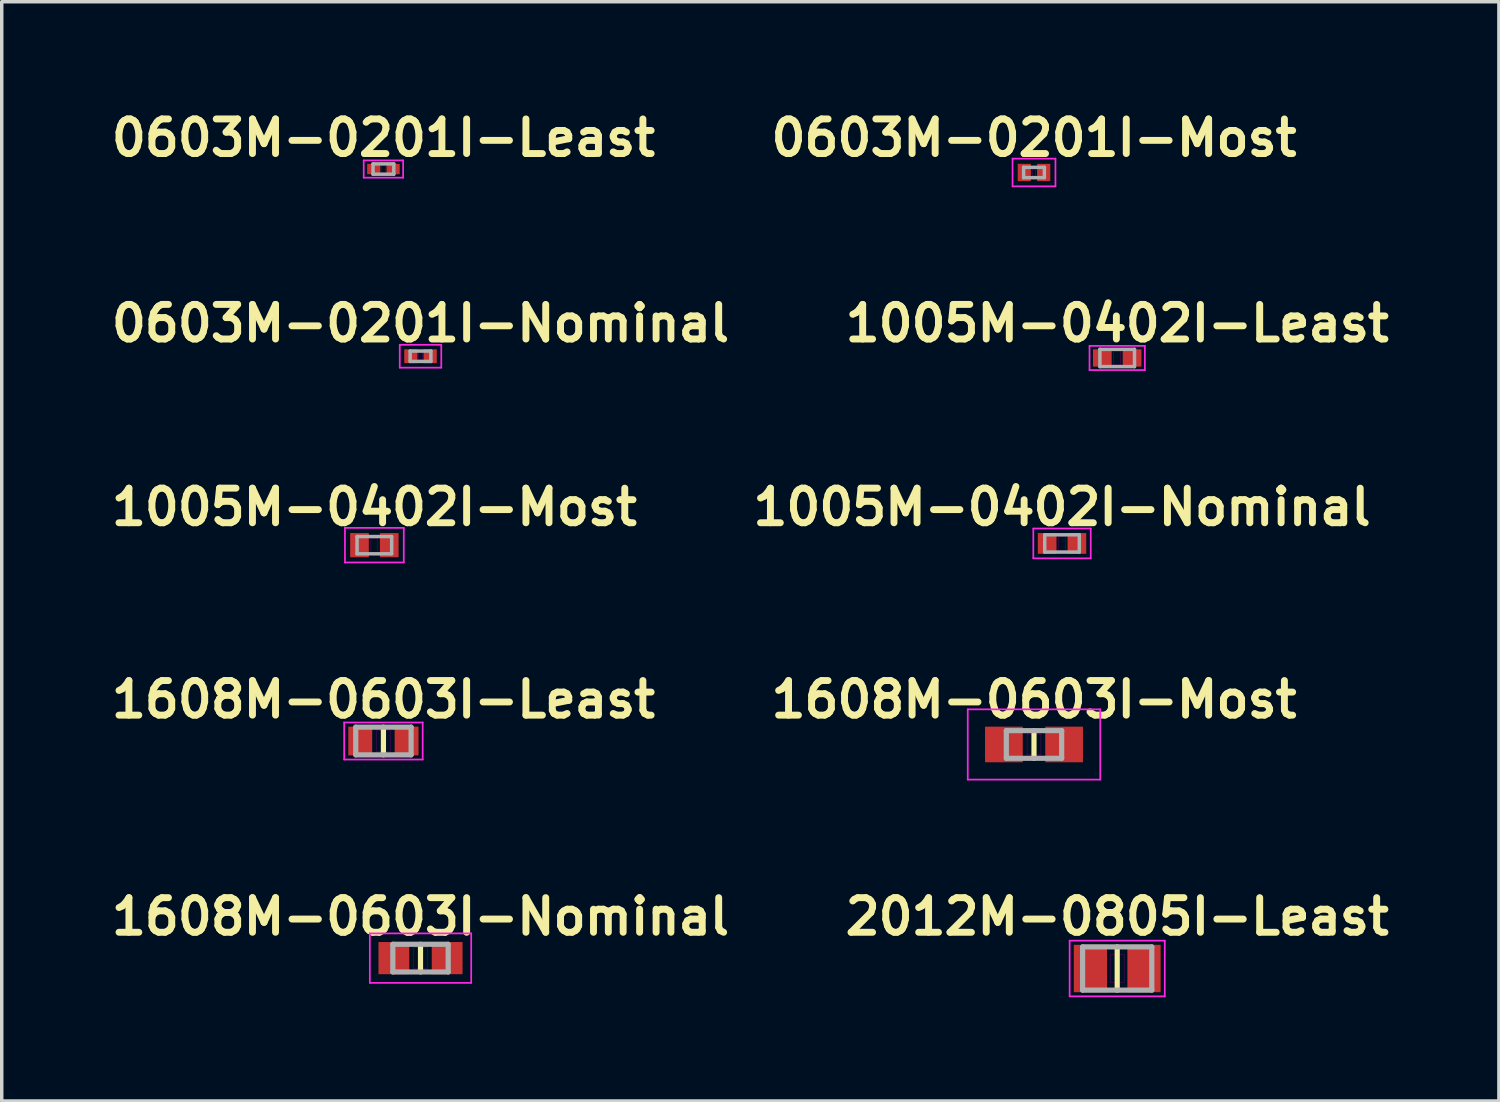
<source format=kicad_pcb>
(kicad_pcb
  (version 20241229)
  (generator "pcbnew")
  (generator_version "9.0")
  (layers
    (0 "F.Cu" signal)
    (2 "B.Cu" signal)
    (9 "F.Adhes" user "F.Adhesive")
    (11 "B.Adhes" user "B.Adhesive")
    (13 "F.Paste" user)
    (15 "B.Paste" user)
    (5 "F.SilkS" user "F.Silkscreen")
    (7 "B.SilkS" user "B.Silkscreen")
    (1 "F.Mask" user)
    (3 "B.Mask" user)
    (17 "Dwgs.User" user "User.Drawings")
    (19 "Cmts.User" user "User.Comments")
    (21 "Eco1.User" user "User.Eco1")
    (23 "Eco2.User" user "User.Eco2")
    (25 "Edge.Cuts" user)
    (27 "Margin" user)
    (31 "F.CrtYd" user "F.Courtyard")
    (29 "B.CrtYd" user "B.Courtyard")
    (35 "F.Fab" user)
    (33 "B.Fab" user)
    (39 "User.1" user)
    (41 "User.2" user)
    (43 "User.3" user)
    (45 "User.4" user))
  (footprint "1608M-0603I-Most"
    (layer "F.Cu")
    (at 26.838 18.469)
    (property "Reference" "1608M-0603I-Most" (at 0 -1.3 0) (layer "F.SilkS") (effects (font (size 1 1) (thickness 0.2))))
    (attr smd)
    (fp_line (start 0 -0.4) (end 0 0.4) (stroke (width 0.15) (type solid)) (layer "F.SilkS"))
    (fp_line (start -0.2 -0.3) (end -0.2 0.3) (stroke (width 0.01) (type solid)) (layer "F.Adhes"))
    (fp_line (start -0.2 0.3) (end 0.2 0.3) (stroke (width 0.01) (type solid)) (layer "F.Adhes"))
    (fp_line (start 0.2 -0.3) (end -0.2 -0.3) (stroke (width 0.01) (type solid)) (layer "F.Adhes"))
    (fp_line (start 0.2 0.3) (end 0.2 -0.3) (stroke (width 0.01) (type solid)) (layer "F.Adhes"))
    (fp_line (start -1.915 -1.015) (end 1.915 -1.015) (stroke (width 0.05) (type solid)) (layer "F.CrtYd"))
    (fp_line (start -1.915 1.015) (end -1.915 -1.015) (stroke (width 0.05) (type solid)) (layer "F.CrtYd"))
    (fp_line (start 1.915 -1.015) (end 1.915 1.015) (stroke (width 0.05) (type solid)) (layer "F.CrtYd"))
    (fp_line (start 1.915 1.015) (end -1.915 1.015) (stroke (width 0.05) (type solid)) (layer "F.CrtYd"))
    (fp_line (start -0.8 -0.4) (end -0.8 0.4) (stroke (width 0.15) (type solid)) (layer "F.Fab"))
    (fp_line (start -0.8 0.4) (end 0.8 0.4) (stroke (width 0.15) (type solid)) (layer "F.Fab"))
    (fp_line (start 0.8 -0.4) (end -0.8 -0.4) (stroke (width 0.15) (type solid)) (layer "F.Fab"))
    (fp_line (start 0.8 0.4) (end 0.8 -0.4) (stroke (width 0.15) (type solid)) (layer "F.Fab"))
    (pad "1" smd rect (at -0.87 0) (size 1.09 1.03) (layers "F.Cu" "F.Mask" "F.Paste"))
    (pad "2" smd rect (at 0.87 0) (size 1.09 1.03) (layers "F.Cu" "F.Mask" "F.Paste")))
  (footprint "0603M-0201I-Nominal"
    (layer "F.Cu")
    (at 9.105 7.247)
    (property "Reference" "0603M-0201I-Nominal" (at 0 -0.95 0) (layer "F.SilkS") (effects (font (size 1 1) (thickness 0.2))))
    (attr smd)
    (fp_line (start -0.05 -0.1) (end -0.05 0.1) (stroke (width 0.01) (type solid)) (layer "F.Adhes"))
    (fp_line (start -0.05 0.1) (end 0.05 0.1) (stroke (width 0.01) (type solid)) (layer "F.Adhes"))
    (fp_line (start 0.05 -0.1) (end -0.05 -0.1) (stroke (width 0.01) (type solid)) (layer "F.Adhes"))
    (fp_line (start 0.05 0.1) (end 0.05 -0.1) (stroke (width 0.01) (type solid)) (layer "F.Adhes"))
    (fp_line (start -0.6 -0.33) (end 0.6 -0.33) (stroke (width 0.05) (type solid)) (layer "F.CrtYd"))
    (fp_line (start -0.6 0.33) (end -0.6 -0.33) (stroke (width 0.05) (type solid)) (layer "F.CrtYd"))
    (fp_line (start 0.6 -0.33) (end 0.6 0.33) (stroke (width 0.05) (type solid)) (layer "F.CrtYd"))
    (fp_line (start 0.6 0.33) (end -0.6 0.33) (stroke (width 0.05) (type solid)) (layer "F.CrtYd"))
    (fp_line (start -0.3 -0.15) (end -0.3 0.15) (stroke (width 0.1) (type solid)) (layer "F.Fab"))
    (fp_line (start -0.3 0.15) (end 0.3 0.15) (stroke (width 0.1) (type solid)) (layer "F.Fab"))
    (fp_line (start 0.3 -0.15) (end -0.3 -0.15) (stroke (width 0.1) (type solid)) (layer "F.Fab"))
    (fp_line (start 0.3 0.15) (end 0.3 -0.15) (stroke (width 0.1) (type solid)) (layer "F.Fab"))
    (pad "1" smd rect (at -0.28 0) (size 0.38 0.4) (layers "F.Cu" "F.Mask" "F.Paste"))
    (pad "2" smd rect (at 0.28 0) (size 0.38 0.4) (layers "F.Cu" "F.Mask" "F.Paste")))
  (footprint "1608M-0603I-Nominal"
    (layer "F.Cu")
    (at 9.105 24.645)
    (property "Reference" "1608M-0603I-Nominal" (at 0 -1.2 0) (layer "F.SilkS") (effects (font (size 1 1) (thickness 0.2))))
    (attr smd)
    (fp_line (start 0 0.4) (end 0 -0.4) (stroke (width 0.15) (type solid)) (layer "F.SilkS"))
    (fp_line (start -0.2 -0.3) (end -0.2 0.3) (stroke (width 0.01) (type solid)) (layer "F.Adhes"))
    (fp_line (start -0.2 0.3) (end 0.2 0.3) (stroke (width 0.01) (type solid)) (layer "F.Adhes"))
    (fp_line (start 0.2 -0.3) (end -0.2 -0.3) (stroke (width 0.01) (type solid)) (layer "F.Adhes"))
    (fp_line (start 0.2 0.3) (end 0.2 -0.3) (stroke (width 0.01) (type solid)) (layer "F.Adhes"))
    (fp_line (start -1.465 -0.715) (end 1.465 -0.715) (stroke (width 0.05) (type solid)) (layer "F.CrtYd"))
    (fp_line (start -1.465 0.715) (end -1.465 -0.715) (stroke (width 0.05) (type solid)) (layer "F.CrtYd"))
    (fp_line (start 1.465 -0.715) (end 1.465 0.715) (stroke (width 0.05) (type solid)) (layer "F.CrtYd"))
    (fp_line (start 1.465 0.715) (end -1.465 0.715) (stroke (width 0.05) (type solid)) (layer "F.CrtYd"))
    (fp_line (start -0.8 -0.4) (end -0.8 0.4) (stroke (width 0.15) (type solid)) (layer "F.Fab"))
    (fp_line (start -0.8 0.4) (end 0.8 0.4) (stroke (width 0.15) (type solid)) (layer "F.Fab"))
    (fp_line (start 0.8 -0.4) (end -0.8 -0.4) (stroke (width 0.15) (type solid)) (layer "F.Fab"))
    (fp_line (start 0.8 0.4) (end 0.8 -0.4) (stroke (width 0.15) (type solid)) (layer "F.Fab"))
    (pad "1" smd rect (at -0.77 0) (size 0.89 0.93) (layers "F.Cu" "F.Mask" "F.Paste"))
    (pad "2" smd rect (at 0.77 0) (size 0.89 0.93) (layers "F.Cu" "F.Mask" "F.Paste")))
  (footprint "0603M-0201I-Most"
    (layer "F.Cu")
    (at 26.838 1.936)
    (property "Reference" "0603M-0201I-Most" (at 0 -1 0) (layer "F.SilkS") (effects (font (size 1 1) (thickness 0.2))))
    (attr smd)
    (fp_line (start -0.05 -0.1) (end -0.05 0.1) (stroke (width 0.01) (type solid)) (layer "F.Adhes"))
    (fp_line (start -0.05 0.1) (end 0.05 0.1) (stroke (width 0.01) (type solid)) (layer "F.Adhes"))
    (fp_line (start 0.05 -0.1) (end -0.05 -0.1) (stroke (width 0.01) (type solid)) (layer "F.Adhes"))
    (fp_line (start 0.05 0.1) (end 0.05 -0.1) (stroke (width 0.01) (type solid)) (layer "F.Adhes"))
    (fp_line (start -0.62 -0.4) (end 0.62 -0.4) (stroke (width 0.05) (type solid)) (layer "F.CrtYd"))
    (fp_line (start -0.62 0.4) (end -0.62 -0.4) (stroke (width 0.05) (type solid)) (layer "F.CrtYd"))
    (fp_line (start 0.62 -0.4) (end 0.62 0.4) (stroke (width 0.05) (type solid)) (layer "F.CrtYd"))
    (fp_line (start 0.62 0.4) (end -0.62 0.4) (stroke (width 0.05) (type solid)) (layer "F.CrtYd"))
    (fp_line (start -0.3 -0.15) (end -0.3 0.15) (stroke (width 0.1) (type solid)) (layer "F.Fab"))
    (fp_line (start -0.3 0.15) (end 0.3 0.15) (stroke (width 0.1) (type solid)) (layer "F.Fab"))
    (fp_line (start 0.3 -0.15) (end -0.3 -0.15) (stroke (width 0.1) (type solid)) (layer "F.Fab"))
    (fp_line (start 0.3 0.15) (end 0.3 -0.15) (stroke (width 0.1) (type solid)) (layer "F.Fab"))
    (pad "1" smd rect (at -0.28 0) (size 0.38 0.5) (layers "F.Cu" "F.Mask" "F.Paste"))
    (pad "2" smd rect (at 0.28 0) (size 0.38 0.5) (layers "F.Cu" "F.Mask" "F.Paste")))
  (footprint "1005M-0402I-Most"
    (layer "F.Cu")
    (at 7.771 12.708)
    (property "Reference" "1005M-0402I-Most" (at 0 -1.1 0) (layer "F.SilkS") (effects (font (size 1 1) (thickness 0.2))))
    (attr smd)
    (fp_line (start -0.1 -0.2) (end -0.1 0.2) (stroke (width 0.01) (type solid)) (layer "F.Adhes"))
    (fp_line (start -0.1 0.2) (end 0.1 0.2) (stroke (width 0.01) (type solid)) (layer "F.Adhes"))
    (fp_line (start 0.1 -0.2) (end -0.1 -0.2) (stroke (width 0.01) (type solid)) (layer "F.Adhes"))
    (fp_line (start 0.1 0.2) (end 0.1 -0.2) (stroke (width 0.01) (type solid)) (layer "F.Adhes"))
    (fp_line (start -0.85 -0.5) (end 0.85 -0.5) (stroke (width 0.05) (type solid)) (layer "F.CrtYd"))
    (fp_line (start -0.85 0.5) (end -0.85 -0.5) (stroke (width 0.05) (type solid)) (layer "F.CrtYd"))
    (fp_line (start 0.85 -0.5) (end 0.85 0.5) (stroke (width 0.05) (type solid)) (layer "F.CrtYd"))
    (fp_line (start 0.85 0.5) (end -0.85 0.5) (stroke (width 0.05) (type solid)) (layer "F.CrtYd"))
    (fp_line (start -0.5 -0.25) (end -0.5 0.25) (stroke (width 0.1) (type solid)) (layer "F.Fab"))
    (fp_line (start -0.5 0.25) (end 0.5 0.25) (stroke (width 0.1) (type solid)) (layer "F.Fab"))
    (fp_line (start 0.5 -0.25) (end -0.5 -0.25) (stroke (width 0.1) (type solid)) (layer "F.Fab"))
    (fp_line (start 0.5 0.25) (end 0.5 -0.25) (stroke (width 0.1) (type solid)) (layer "F.Fab"))
    (pad "1" smd rect (at -0.43 0) (size 0.54 0.7) (layers "F.Cu" "F.Mask" "F.Paste"))
    (pad "2" smd rect (at 0.43 0) (size 0.54 0.7) (layers "F.Cu" "F.Mask" "F.Paste")))
  (footprint "0603M-0201I-Least"
    (layer "F.Cu")
    (at 8.033 1.836)
    (property "Reference" "0603M-0201I-Least" (at 0 -0.9 0) (layer "F.SilkS") (effects (font (size 1 1) (thickness 0.2))))
    (attr smd)
    (fp_line (start -0.05 -0.1) (end -0.05 0.1) (stroke (width 0.01) (type solid)) (layer "F.Adhes"))
    (fp_line (start -0.05 0.1) (end 0.05 0.1) (stroke (width 0.01) (type solid)) (layer "F.Adhes"))
    (fp_line (start 0.05 -0.1) (end -0.05 -0.1) (stroke (width 0.01) (type solid)) (layer "F.Adhes"))
    (fp_line (start 0.05 0.1) (end 0.05 -0.1) (stroke (width 0.01) (type solid)) (layer "F.Adhes"))
    (fp_line (start -0.57 -0.25) (end 0.57 -0.25) (stroke (width 0.05) (type solid)) (layer "F.CrtYd"))
    (fp_line (start -0.57 0.25) (end -0.57 -0.25) (stroke (width 0.05) (type solid)) (layer "F.CrtYd"))
    (fp_line (start 0.57 -0.25) (end 0.57 0.25) (stroke (width 0.05) (type solid)) (layer "F.CrtYd"))
    (fp_line (start 0.57 0.25) (end -0.57 0.25) (stroke (width 0.05) (type solid)) (layer "F.CrtYd"))
    (fp_line (start -0.3 -0.15) (end -0.3 0.15) (stroke (width 0.1) (type solid)) (layer "F.Fab"))
    (fp_line (start -0.3 0.15) (end 0.3 0.15) (stroke (width 0.1) (type solid)) (layer "F.Fab"))
    (fp_line (start 0.3 -0.15) (end -0.3 -0.15) (stroke (width 0.1) (type solid)) (layer "F.Fab"))
    (fp_line (start 0.3 0.15) (end 0.3 -0.15) (stroke (width 0.1) (type solid)) (layer "F.Fab"))
    (pad "1" smd rect (at -0.28 0) (size 0.38 0.3) (layers "F.Cu" "F.Mask" "F.Paste"))
    (pad "2" smd rect (at 0.28 0) (size 0.38 0.3) (layers "F.Cu" "F.Mask" "F.Paste")))
  (footprint "1005M-0402I-Least"
    (layer "F.Cu")
    (at 29.243 7.297)
    (property "Reference" "1005M-0402I-Least" (at 0 -1 0) (layer "F.SilkS") (effects (font (size 1 1) (thickness 0.2))))
    (attr smd)
    (fp_line (start -0.1 -0.2) (end -0.1 0.2) (stroke (width 0.01) (type solid)) (layer "F.Adhes"))
    (fp_line (start -0.1 0.2) (end 0.1 0.2) (stroke (width 0.01) (type solid)) (layer "F.Adhes"))
    (fp_line (start 0.1 -0.2) (end -0.1 -0.2) (stroke (width 0.01) (type solid)) (layer "F.Adhes"))
    (fp_line (start 0.1 0.2) (end 0.1 -0.2) (stroke (width 0.01) (type solid)) (layer "F.Adhes"))
    (fp_line (start -0.8 -0.35) (end 0.8 -0.35) (stroke (width 0.05) (type solid)) (layer "F.CrtYd"))
    (fp_line (start -0.8 0.35) (end -0.8 -0.35) (stroke (width 0.05) (type solid)) (layer "F.CrtYd"))
    (fp_line (start 0.8 -0.35) (end 0.8 0.35) (stroke (width 0.05) (type solid)) (layer "F.CrtYd"))
    (fp_line (start 0.8 0.35) (end -0.8 0.35) (stroke (width 0.05) (type solid)) (layer "F.CrtYd"))
    (fp_line (start -0.5 -0.25) (end -0.5 0.25) (stroke (width 0.1) (type solid)) (layer "F.Fab"))
    (fp_line (start -0.5 0.25) (end 0.5 0.25) (stroke (width 0.1) (type solid)) (layer "F.Fab"))
    (fp_line (start 0.5 -0.25) (end -0.5 -0.25) (stroke (width 0.1) (type solid)) (layer "F.Fab"))
    (fp_line (start 0.5 0.25) (end 0.5 -0.25) (stroke (width 0.1) (type solid)) (layer "F.Fab"))
    (pad "1" smd rect (at -0.43 0) (size 0.54 0.5) (layers "F.Cu" "F.Mask" "F.Paste"))
    (pad "2" smd rect (at 0.43 0) (size 0.54 0.5) (layers "F.Cu" "F.Mask" "F.Paste")))
  (footprint "1005M-0402I-Nominal"
    (layer "F.Cu")
    (at 27.648 12.658)
    (property "Reference" "1005M-0402I-Nominal" (at 0 -1.05 0) (layer "F.SilkS") (effects (font (size 1 1) (thickness 0.2))))
    (attr smd)
    (fp_line (start -0.1 -0.2) (end -0.1 0.2) (stroke (width 0.01) (type solid)) (layer "F.Adhes"))
    (fp_line (start -0.1 0.2) (end 0.1 0.2) (stroke (width 0.01) (type solid)) (layer "F.Adhes"))
    (fp_line (start 0.1 -0.2) (end -0.1 -0.2) (stroke (width 0.01) (type solid)) (layer "F.Adhes"))
    (fp_line (start 0.1 0.2) (end 0.1 -0.2) (stroke (width 0.01) (type solid)) (layer "F.Adhes"))
    (fp_line (start -0.83 -0.43) (end 0.83 -0.43) (stroke (width 0.05) (type solid)) (layer "F.CrtYd"))
    (fp_line (start -0.83 0.43) (end -0.83 -0.43) (stroke (width 0.05) (type solid)) (layer "F.CrtYd"))
    (fp_line (start 0.83 -0.43) (end 0.83 0.43) (stroke (width 0.05) (type solid)) (layer "F.CrtYd"))
    (fp_line (start 0.83 0.43) (end -0.83 0.43) (stroke (width 0.05) (type solid)) (layer "F.CrtYd"))
    (fp_line (start -0.5 -0.25) (end -0.5 0.25) (stroke (width 0.1) (type solid)) (layer "F.Fab"))
    (fp_line (start -0.5 0.25) (end 0.5 0.25) (stroke (width 0.1) (type solid)) (layer "F.Fab"))
    (fp_line (start 0.5 -0.25) (end -0.5 -0.25) (stroke (width 0.1) (type solid)) (layer "F.Fab"))
    (fp_line (start 0.5 0.25) (end 0.5 -0.25) (stroke (width 0.1) (type solid)) (layer "F.Fab"))
    (pad "1" smd rect (at -0.43 0) (size 0.54 0.6) (layers "F.Cu" "F.Mask" "F.Paste"))
    (pad "2" smd rect (at 0.43 0) (size 0.54 0.6) (layers "F.Cu" "F.Mask" "F.Paste")))
  (footprint "2012M-0805I-Least"
    (layer "F.Cu")
    (at 29.243 24.945)
    (property "Reference" "2012M-0805I-Least" (at 0 -1.5 0) (layer "F.SilkS") (effects (font (size 1 1) (thickness 0.2))))
    (attr smd)
    (fp_line (start 0 -0.625) (end 0 0.625) (stroke (width 0.15) (type solid)) (layer "F.SilkS"))
    (fp_line (start -0.2 -0.4) (end -0.2 0.4) (stroke (width 0.01) (type solid)) (layer "F.Adhes"))
    (fp_line (start -0.2 0.4) (end 0.2 0.4) (stroke (width 0.01) (type solid)) (layer "F.Adhes"))
    (fp_line (start 0.2 -0.4) (end -0.2 -0.4) (stroke (width 0.01) (type solid)) (layer "F.Adhes"))
    (fp_line (start 0.2 0.4) (end 0.2 -0.4) (stroke (width 0.01) (type solid)) (layer "F.Adhes"))
    (fp_line (start -1.375 -0.805) (end 1.375 -0.805) (stroke (width 0.05) (type solid)) (layer "F.CrtYd"))
    (fp_line (start -1.375 0.805) (end -1.375 -0.805) (stroke (width 0.05) (type solid)) (layer "F.CrtYd"))
    (fp_line (start 1.375 -0.805) (end 1.375 0.805) (stroke (width 0.05) (type solid)) (layer "F.CrtYd"))
    (fp_line (start 1.375 0.805) (end -1.375 0.805) (stroke (width 0.05) (type solid)) (layer "F.CrtYd"))
    (fp_line (start -1 -0.625) (end -1 0.625) (stroke (width 0.15) (type solid)) (layer "F.Fab"))
    (fp_line (start -1 0.625) (end 1 0.625) (stroke (width 0.15) (type solid)) (layer "F.Fab"))
    (fp_line (start 1 -0.625) (end -1 -0.625) (stroke (width 0.15) (type solid)) (layer "F.Fab"))
    (fp_line (start 1 0.625) (end 1 -0.625) (stroke (width 0.15) (type solid)) (layer "F.Fab"))
    (pad "1" smd rect (at -0.775 0) (size 0.96 1.37) (layers "F.Cu" "F.Mask" "F.Paste"))
    (pad "2" smd rect (at 0.775 0) (size 0.96 1.37) (layers "F.Cu" "F.Mask" "F.Paste")))
  (footprint "1608M-0603I-Least"
    (layer "F.Cu")
    (at 8.033 18.369)
    (property "Reference" "1608M-0603I-Least" (at 0 -1.2 0) (layer "F.SilkS") (effects (font (size 1 1) (thickness 0.2))))
    (attr smd)
    (fp_line (start 0 0.4) (end 0 -0.4) (stroke (width 0.15) (type solid)) (layer "F.SilkS"))
    (fp_line (start -0.2 -0.3) (end -0.2 0.3) (stroke (width 0.01) (type solid)) (layer "F.Adhes"))
    (fp_line (start -0.2 0.3) (end 0.2 0.3) (stroke (width 0.01) (type solid)) (layer "F.Adhes"))
    (fp_line (start 0.2 -0.3) (end -0.2 -0.3) (stroke (width 0.01) (type solid)) (layer "F.Adhes"))
    (fp_line (start 0.2 0.3) (end 0.2 -0.3) (stroke (width 0.01) (type solid)) (layer "F.Adhes"))
    (fp_line (start -1.135 -0.535) (end 1.135 -0.535) (stroke (width 0.05) (type solid)) (layer "F.CrtYd"))
    (fp_line (start -1.135 0.535) (end -1.135 -0.535) (stroke (width 0.05) (type solid)) (layer "F.CrtYd"))
    (fp_line (start 1.135 -0.535) (end 1.135 0.535) (stroke (width 0.05) (type solid)) (layer "F.CrtYd"))
    (fp_line (start 1.135 0.535) (end -1.135 0.535) (stroke (width 0.05) (type solid)) (layer "F.CrtYd"))
    (fp_line (start -0.8 -0.4) (end -0.8 0.4) (stroke (width 0.15) (type solid)) (layer "F.Fab"))
    (fp_line (start -0.8 0.4) (end 0.8 0.4) (stroke (width 0.15) (type solid)) (layer "F.Fab"))
    (fp_line (start 0.8 -0.4) (end -0.8 -0.4) (stroke (width 0.15) (type solid)) (layer "F.Fab"))
    (fp_line (start 0.8 0.4) (end 0.8 -0.4) (stroke (width 0.15) (type solid)) (layer "F.Fab"))
    (pad "1" smd rect (at -0.67 0) (size 0.69 0.83) (layers "F.Cu" "F.Mask" "F.Paste"))
    (pad "2" smd rect (at 0.67 0) (size 0.69 0.83) (layers "F.Cu" "F.Mask" "F.Paste")))
  (gr_rect
    (start -3 -3)
    (end 40.276 28.775)
    (stroke (width 0.1) (type default))
    (fill no)
    (layer "Edge.Cuts")))
</source>
